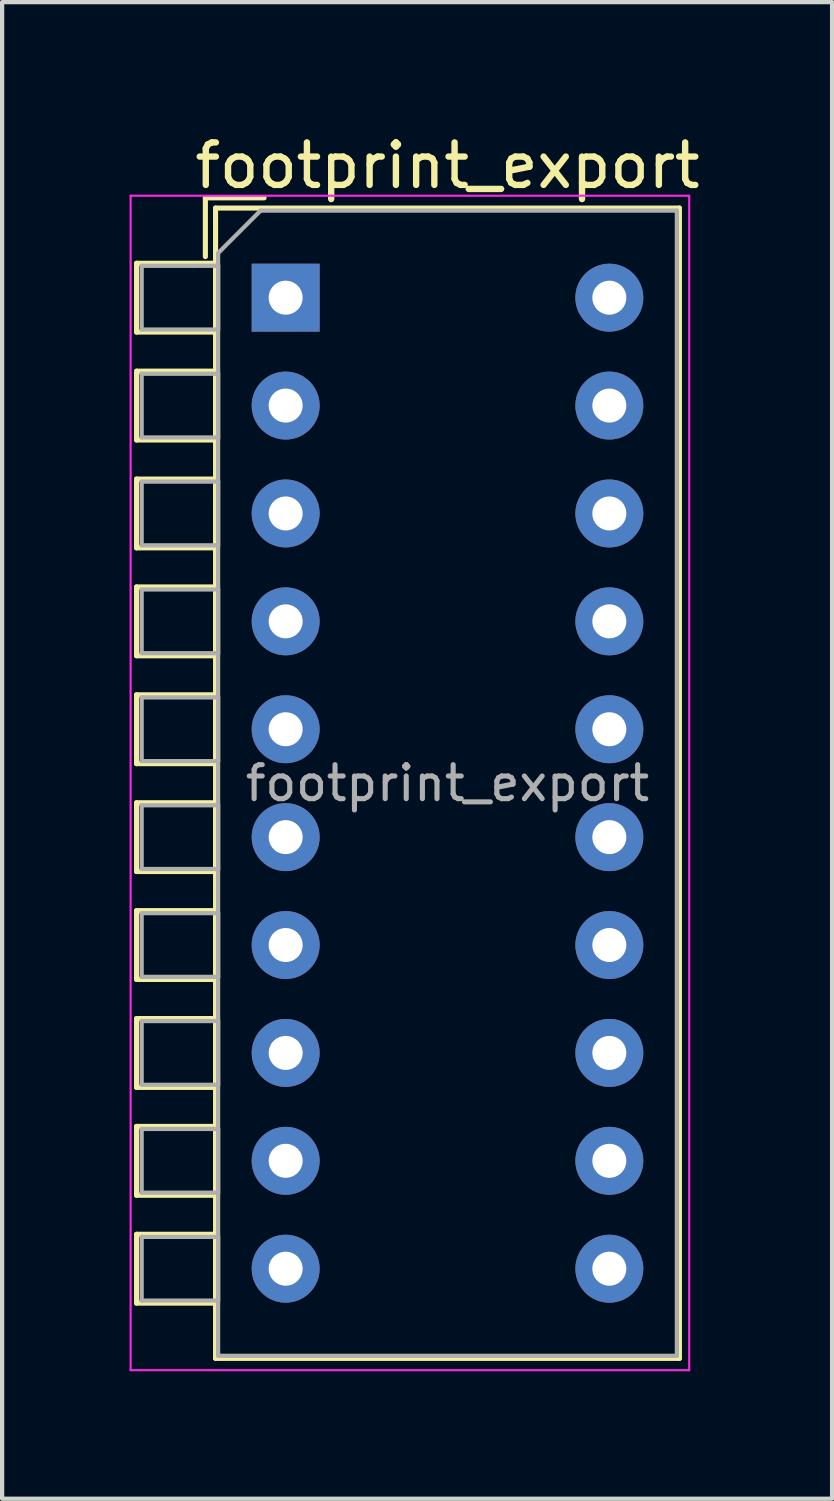
<source format=kicad_pcb>
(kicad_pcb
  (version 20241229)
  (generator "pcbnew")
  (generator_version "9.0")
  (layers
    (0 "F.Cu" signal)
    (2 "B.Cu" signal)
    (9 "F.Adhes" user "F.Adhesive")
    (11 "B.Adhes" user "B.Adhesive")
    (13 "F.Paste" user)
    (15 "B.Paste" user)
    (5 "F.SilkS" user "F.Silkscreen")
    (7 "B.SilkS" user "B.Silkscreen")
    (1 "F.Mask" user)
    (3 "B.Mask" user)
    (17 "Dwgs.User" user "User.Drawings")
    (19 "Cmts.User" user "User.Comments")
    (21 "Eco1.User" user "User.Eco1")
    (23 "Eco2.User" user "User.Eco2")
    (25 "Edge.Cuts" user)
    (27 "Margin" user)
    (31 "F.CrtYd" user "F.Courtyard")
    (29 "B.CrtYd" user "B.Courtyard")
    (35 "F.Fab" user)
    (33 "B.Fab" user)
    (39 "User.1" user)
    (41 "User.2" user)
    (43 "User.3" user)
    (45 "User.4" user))
  (footprint "footprint_export"
    (layer "F.Cu")
    (at 3.675 3.958)
    (property "Reference" "footprint_export" (at 3.81 -3.11 0) (layer "F.SilkS") (effects (font (size 1 1) (thickness 0.15))))
    (attr through_hole)
    (fp_line (start -3.51 -0.81) (end -3.51 0.81) (stroke (width 0.12) (type solid)) (layer "F.SilkS"))
    (fp_line (start -3.51 -0.81) (end -1.65 -0.81) (stroke (width 0.12) (type solid)) (layer "F.SilkS"))
    (fp_line (start -3.51 0.81) (end -1.65 0.81) (stroke (width 0.12) (type solid)) (layer "F.SilkS"))
    (fp_line (start -3.51 1.73) (end -3.51 3.35) (stroke (width 0.12) (type solid)) (layer "F.SilkS"))
    (fp_line (start -3.51 1.73) (end -1.65 1.73) (stroke (width 0.12) (type solid)) (layer "F.SilkS"))
    (fp_line (start -3.51 3.35) (end -1.65 3.35) (stroke (width 0.12) (type solid)) (layer "F.SilkS"))
    (fp_line (start -3.51 4.27) (end -3.51 5.89) (stroke (width 0.12) (type solid)) (layer "F.SilkS"))
    (fp_line (start -3.51 4.27) (end -1.65 4.27) (stroke (width 0.12) (type solid)) (layer "F.SilkS"))
    (fp_line (start -3.51 5.89) (end -1.65 5.89) (stroke (width 0.12) (type solid)) (layer "F.SilkS"))
    (fp_line (start -3.51 6.81) (end -3.51 8.43) (stroke (width 0.12) (type solid)) (layer "F.SilkS"))
    (fp_line (start -3.51 6.81) (end -1.65 6.81) (stroke (width 0.12) (type solid)) (layer "F.SilkS"))
    (fp_line (start -3.51 8.43) (end -1.65 8.43) (stroke (width 0.12) (type solid)) (layer "F.SilkS"))
    (fp_line (start -3.51 9.35) (end -3.51 10.97) (stroke (width 0.12) (type solid)) (layer "F.SilkS"))
    (fp_line (start -3.51 9.35) (end -1.65 9.35) (stroke (width 0.12) (type solid)) (layer "F.SilkS"))
    (fp_line (start -3.51 10.97) (end -1.65 10.97) (stroke (width 0.12) (type solid)) (layer "F.SilkS"))
    (fp_line (start -3.51 11.89) (end -3.51 13.51) (stroke (width 0.12) (type solid)) (layer "F.SilkS"))
    (fp_line (start -3.51 11.89) (end -1.65 11.89) (stroke (width 0.12) (type solid)) (layer "F.SilkS"))
    (fp_line (start -3.51 13.51) (end -1.65 13.51) (stroke (width 0.12) (type solid)) (layer "F.SilkS"))
    (fp_line (start -3.51 14.43) (end -3.51 16.05) (stroke (width 0.12) (type solid)) (layer "F.SilkS"))
    (fp_line (start -3.51 14.43) (end -1.65 14.43) (stroke (width 0.12) (type solid)) (layer "F.SilkS"))
    (fp_line (start -3.51 16.05) (end -1.65 16.05) (stroke (width 0.12) (type solid)) (layer "F.SilkS"))
    (fp_line (start -3.51 16.971) (end -3.51 18.591) (stroke (width 0.12) (type solid)) (layer "F.SilkS"))
    (fp_line (start -3.51 16.971) (end -1.65 16.971) (stroke (width 0.12) (type solid)) (layer "F.SilkS"))
    (fp_line (start -3.51 18.591) (end -1.65 18.591) (stroke (width 0.12) (type solid)) (layer "F.SilkS"))
    (fp_line (start -3.51 19.51) (end -3.51 21.131) (stroke (width 0.12) (type solid)) (layer "F.SilkS"))
    (fp_line (start -3.51 19.51) (end -1.65 19.51) (stroke (width 0.12) (type solid)) (layer "F.SilkS"))
    (fp_line (start -3.51 21.131) (end -1.65 21.131) (stroke (width 0.12) (type solid)) (layer "F.SilkS"))
    (fp_line (start -3.51 22.05) (end -3.51 23.67) (stroke (width 0.12) (type solid)) (layer "F.SilkS"))
    (fp_line (start -3.51 22.05) (end -1.65 22.05) (stroke (width 0.12) (type solid)) (layer "F.SilkS"))
    (fp_line (start -3.51 23.67) (end -1.65 23.67) (stroke (width 0.12) (type solid)) (layer "F.SilkS"))
    (fp_line (start -1.89 -2.35) (end -1.89 -0.967) (stroke (width 0.12) (type solid)) (layer "F.SilkS"))
    (fp_line (start -1.89 -2.35) (end -0.507 -2.35) (stroke (width 0.12) (type solid)) (layer "F.SilkS"))
    (fp_line (start -1.65 -2.11) (end -1.65 24.971) (stroke (width 0.12) (type solid)) (layer "F.SilkS"))
    (fp_line (start -1.65 -2.11) (end 9.27 -2.11) (stroke (width 0.12) (type solid)) (layer "F.SilkS"))
    (fp_line (start -1.65 -0.81) (end -1.65 0.81) (stroke (width 0.12) (type solid)) (layer "F.SilkS"))
    (fp_line (start -1.65 1.73) (end -1.65 3.35) (stroke (width 0.12) (type solid)) (layer "F.SilkS"))
    (fp_line (start -1.65 4.27) (end -1.65 5.89) (stroke (width 0.12) (type solid)) (layer "F.SilkS"))
    (fp_line (start -1.65 6.81) (end -1.65 8.43) (stroke (width 0.12) (type solid)) (layer "F.SilkS"))
    (fp_line (start -1.65 9.35) (end -1.65 10.97) (stroke (width 0.12) (type solid)) (layer "F.SilkS"))
    (fp_line (start -1.65 11.89) (end -1.65 13.51) (stroke (width 0.12) (type solid)) (layer "F.SilkS"))
    (fp_line (start -1.65 14.43) (end -1.65 16.05) (stroke (width 0.12) (type solid)) (layer "F.SilkS"))
    (fp_line (start -1.65 16.971) (end -1.65 18.591) (stroke (width 0.12) (type solid)) (layer "F.SilkS"))
    (fp_line (start -1.65 19.51) (end -1.65 21.131) (stroke (width 0.12) (type solid)) (layer "F.SilkS"))
    (fp_line (start -1.65 22.05) (end -1.65 23.67) (stroke (width 0.12) (type solid)) (layer "F.SilkS"))
    (fp_line (start -1.65 24.971) (end 9.27 24.971) (stroke (width 0.12) (type solid)) (layer "F.SilkS"))
    (fp_line (start 9.27 -2.11) (end 9.27 24.971) (stroke (width 0.12) (type solid)) (layer "F.SilkS"))
    (fp_line (start -3.65 -2.4) (end -3.65 25.25) (stroke (width 0.05) (type solid)) (layer "F.CrtYd"))
    (fp_line (start -3.65 25.25) (end 9.5 25.25) (stroke (width 0.05) (type solid)) (layer "F.CrtYd"))
    (fp_line (start 9.5 -2.4) (end -3.65 -2.4) (stroke (width 0.05) (type solid)) (layer "F.CrtYd"))
    (fp_line (start 9.5 25.25) (end 9.5 -2.4) (stroke (width 0.05) (type solid)) (layer "F.CrtYd"))
    (fp_line (start -3.39 -0.75) (end -1.59 -0.75) (stroke (width 0.1) (type solid)) (layer "F.Fab"))
    (fp_line (start -3.39 0.75) (end -3.39 -0.75) (stroke (width 0.1) (type solid)) (layer "F.Fab"))
    (fp_line (start -3.39 1.79) (end -1.59 1.79) (stroke (width 0.1) (type solid)) (layer "F.Fab"))
    (fp_line (start -3.39 3.29) (end -3.39 1.79) (stroke (width 0.1) (type solid)) (layer "F.Fab"))
    (fp_line (start -3.39 4.33) (end -1.59 4.33) (stroke (width 0.1) (type solid)) (layer "F.Fab"))
    (fp_line (start -3.39 5.83) (end -3.39 4.33) (stroke (width 0.1) (type solid)) (layer "F.Fab"))
    (fp_line (start -3.39 6.87) (end -1.59 6.87) (stroke (width 0.1) (type solid)) (layer "F.Fab"))
    (fp_line (start -3.39 8.37) (end -3.39 6.87) (stroke (width 0.1) (type solid)) (layer "F.Fab"))
    (fp_line (start -3.39 9.41) (end -1.59 9.41) (stroke (width 0.1) (type solid)) (layer "F.Fab"))
    (fp_line (start -3.39 10.91) (end -3.39 9.41) (stroke (width 0.1) (type solid)) (layer "F.Fab"))
    (fp_line (start -3.39 11.95) (end -1.59 11.95) (stroke (width 0.1) (type solid)) (layer "F.Fab"))
    (fp_line (start -3.39 13.45) (end -3.39 11.95) (stroke (width 0.1) (type solid)) (layer "F.Fab"))
    (fp_line (start -3.39 14.49) (end -1.59 14.49) (stroke (width 0.1) (type solid)) (layer "F.Fab"))
    (fp_line (start -3.39 15.99) (end -3.39 14.49) (stroke (width 0.1) (type solid)) (layer "F.Fab"))
    (fp_line (start -3.39 17.03) (end -1.59 17.03) (stroke (width 0.1) (type solid)) (layer "F.Fab"))
    (fp_line (start -3.39 18.53) (end -3.39 17.03) (stroke (width 0.1) (type solid)) (layer "F.Fab"))
    (fp_line (start -3.39 19.57) (end -1.59 19.57) (stroke (width 0.1) (type solid)) (layer "F.Fab"))
    (fp_line (start -3.39 21.07) (end -3.39 19.57) (stroke (width 0.1) (type solid)) (layer "F.Fab"))
    (fp_line (start -3.39 22.11) (end -1.59 22.11) (stroke (width 0.1) (type solid)) (layer "F.Fab"))
    (fp_line (start -3.39 23.61) (end -3.39 22.11) (stroke (width 0.1) (type solid)) (layer "F.Fab"))
    (fp_line (start -1.59 -1.05) (end -0.59 -2.05) (stroke (width 0.1) (type solid)) (layer "F.Fab"))
    (fp_line (start -1.59 -0.75) (end -1.59 0.75) (stroke (width 0.1) (type solid)) (layer "F.Fab"))
    (fp_line (start -1.59 0.75) (end -3.39 0.75) (stroke (width 0.1) (type solid)) (layer "F.Fab"))
    (fp_line (start -1.59 1.79) (end -1.59 3.29) (stroke (width 0.1) (type solid)) (layer "F.Fab"))
    (fp_line (start -1.59 3.29) (end -3.39 3.29) (stroke (width 0.1) (type solid)) (layer "F.Fab"))
    (fp_line (start -1.59 4.33) (end -1.59 5.83) (stroke (width 0.1) (type solid)) (layer "F.Fab"))
    (fp_line (start -1.59 5.83) (end -3.39 5.83) (stroke (width 0.1) (type solid)) (layer "F.Fab"))
    (fp_line (start -1.59 6.87) (end -1.59 8.37) (stroke (width 0.1) (type solid)) (layer "F.Fab"))
    (fp_line (start -1.59 8.37) (end -3.39 8.37) (stroke (width 0.1) (type solid)) (layer "F.Fab"))
    (fp_line (start -1.59 9.41) (end -1.59 10.91) (stroke (width 0.1) (type solid)) (layer "F.Fab"))
    (fp_line (start -1.59 10.91) (end -3.39 10.91) (stroke (width 0.1) (type solid)) (layer "F.Fab"))
    (fp_line (start -1.59 11.95) (end -1.59 13.45) (stroke (width 0.1) (type solid)) (layer "F.Fab"))
    (fp_line (start -1.59 13.45) (end -3.39 13.45) (stroke (width 0.1) (type solid)) (layer "F.Fab"))
    (fp_line (start -1.59 14.49) (end -1.59 15.99) (stroke (width 0.1) (type solid)) (layer "F.Fab"))
    (fp_line (start -1.59 15.99) (end -3.39 15.99) (stroke (width 0.1) (type solid)) (layer "F.Fab"))
    (fp_line (start -1.59 17.03) (end -1.59 18.53) (stroke (width 0.1) (type solid)) (layer "F.Fab"))
    (fp_line (start -1.59 18.53) (end -3.39 18.53) (stroke (width 0.1) (type solid)) (layer "F.Fab"))
    (fp_line (start -1.59 19.57) (end -1.59 21.07) (stroke (width 0.1) (type solid)) (layer "F.Fab"))
    (fp_line (start -1.59 21.07) (end -3.39 21.07) (stroke (width 0.1) (type solid)) (layer "F.Fab"))
    (fp_line (start -1.59 22.11) (end -1.59 23.61) (stroke (width 0.1) (type solid)) (layer "F.Fab"))
    (fp_line (start -1.59 23.61) (end -3.39 23.61) (stroke (width 0.1) (type solid)) (layer "F.Fab"))
    (fp_line (start -1.59 24.91) (end -1.59 -1.05) (stroke (width 0.1) (type solid)) (layer "F.Fab"))
    (fp_line (start -0.59 -2.05) (end 9.21 -2.05) (stroke (width 0.1) (type solid)) (layer "F.Fab"))
    (fp_line (start 9.21 -2.05) (end 9.21 24.91) (stroke (width 0.1) (type solid)) (layer "F.Fab"))
    (fp_line (start 9.21 24.91) (end -1.59 24.91) (stroke (width 0.1) (type solid)) (layer "F.Fab"))
    (fp_text user "${REFERENCE}" (at 3.81 11.43 0) (layer "F.Fab") (effects (font (size 0.8 0.8) (thickness 0.12))))
    (pad "1" thru_hole rect (at 0 0) (size 1.6 1.6) (drill 0.8) (layers "*.Cu" "*.Mask"))
    (pad "2" thru_hole oval (at 0 2.54) (size 1.6 1.6) (drill 0.8) (layers "*.Cu" "*.Mask"))
    (pad "3" thru_hole oval (at 0 5.08) (size 1.6 1.6) (drill 0.8) (layers "*.Cu" "*.Mask"))
    (pad "4" thru_hole oval (at 0 7.62) (size 1.6 1.6) (drill 0.8) (layers "*.Cu" "*.Mask"))
    (pad "5" thru_hole oval (at 0 10.16) (size 1.6 1.6) (drill 0.8) (layers "*.Cu" "*.Mask"))
    (pad "6" thru_hole oval (at 0 12.7) (size 1.6 1.6) (drill 0.8) (layers "*.Cu" "*.Mask"))
    (pad "7" thru_hole oval (at 0 15.24) (size 1.6 1.6) (drill 0.8) (layers "*.Cu" "*.Mask"))
    (pad "8" thru_hole oval (at 0 17.78) (size 1.6 1.6) (drill 0.8) (layers "*.Cu" "*.Mask"))
    (pad "9" thru_hole oval (at 0 20.32) (size 1.6 1.6) (drill 0.8) (layers "*.Cu" "*.Mask"))
    (pad "10" thru_hole oval (at 0 22.86) (size 1.6 1.6) (drill 0.8) (layers "*.Cu" "*.Mask"))
    (pad "11" thru_hole oval (at 7.62 22.86) (size 1.6 1.6) (drill 0.8) (layers "*.Cu" "*.Mask"))
    (pad "12" thru_hole oval (at 7.62 20.32) (size 1.6 1.6) (drill 0.8) (layers "*.Cu" "*.Mask"))
    (pad "13" thru_hole oval (at 7.62 17.78) (size 1.6 1.6) (drill 0.8) (layers "*.Cu" "*.Mask"))
    (pad "14" thru_hole oval (at 7.62 15.24) (size 1.6 1.6) (drill 0.8) (layers "*.Cu" "*.Mask"))
    (pad "15" thru_hole oval (at 7.62 12.7) (size 1.6 1.6) (drill 0.8) (layers "*.Cu" "*.Mask"))
    (pad "16" thru_hole oval (at 7.62 10.16) (size 1.6 1.6) (drill 0.8) (layers "*.Cu" "*.Mask"))
    (pad "17" thru_hole oval (at 7.62 7.62) (size 1.6 1.6) (drill 0.8) (layers "*.Cu" "*.Mask"))
    (pad "18" thru_hole oval (at 7.62 5.08) (size 1.6 1.6) (drill 0.8) (layers "*.Cu" "*.Mask"))
    (pad "19" thru_hole oval (at 7.62 2.54) (size 1.6 1.6) (drill 0.8) (layers "*.Cu" "*.Mask"))
    (pad "20" thru_hole oval (at 7.62 0) (size 1.6 1.6) (drill 0.8) (layers "*.Cu" "*.Mask")))
  (gr_rect
    (start -3 -3)
    (end 16.539 32.233)
    (stroke (width 0.1) (type default))
    (fill no)
    (layer "Edge.Cuts")))
</source>
